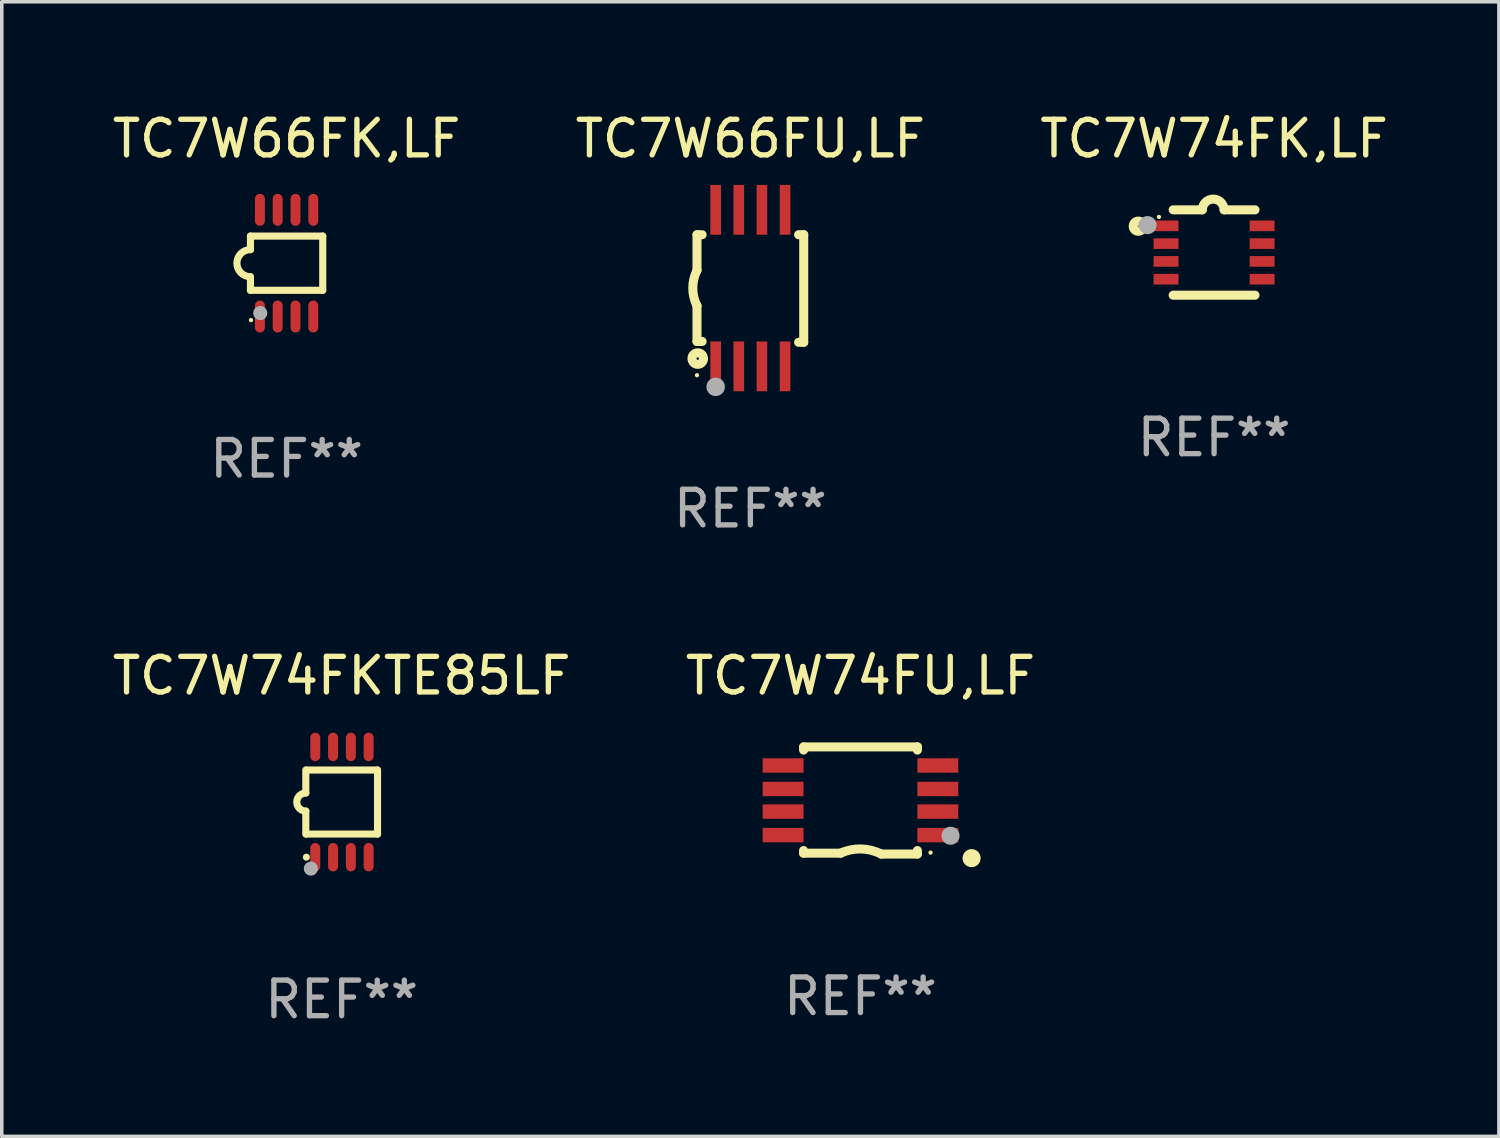
<source format=kicad_pcb>
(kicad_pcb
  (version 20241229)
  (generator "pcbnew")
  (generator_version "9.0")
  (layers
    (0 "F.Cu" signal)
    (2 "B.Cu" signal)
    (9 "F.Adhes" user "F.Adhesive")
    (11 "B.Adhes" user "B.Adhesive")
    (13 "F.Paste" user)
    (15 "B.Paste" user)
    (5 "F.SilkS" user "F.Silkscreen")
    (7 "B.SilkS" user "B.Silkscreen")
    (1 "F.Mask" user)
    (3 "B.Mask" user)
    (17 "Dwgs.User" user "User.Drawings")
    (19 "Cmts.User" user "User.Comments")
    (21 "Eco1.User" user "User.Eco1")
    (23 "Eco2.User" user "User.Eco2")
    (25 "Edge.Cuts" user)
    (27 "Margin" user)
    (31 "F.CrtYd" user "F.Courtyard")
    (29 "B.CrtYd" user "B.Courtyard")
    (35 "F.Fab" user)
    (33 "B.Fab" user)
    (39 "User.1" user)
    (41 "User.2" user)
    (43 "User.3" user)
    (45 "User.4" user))
  (footprint "TC7W74FU,LF"
    (layer "F.Cu")
    (at 21.137 19.451)
    (property "Reference" "TC7W74FU,LF" (at 0 -3.506 0) (layer "F.SilkS") (effects (font (size 1 1) (thickness 0.15))))
    (attr through_hole)
    (fp_line (start -1.599 -1.417) (end -1.599 -1.506) (stroke (width 0.254) (type solid)) (layer "F.SilkS"))
    (fp_line (start -1.599 1.481) (end -1.599 1.407) (stroke (width 0.254) (type solid)) (layer "F.SilkS"))
    (fp_line (start -1.599 1.481) (end -0.549 1.481) (stroke (width 0.254) (type solid)) (layer "F.SilkS"))
    (fp_line (start 1.6 -1.417) (end 1.6 -1.506) (stroke (width 0.254) (type solid)) (layer "F.SilkS"))
    (fp_line (start 1.6 1.506) (end 0.584 1.506) (stroke (width 0.254) (type solid)) (layer "F.SilkS"))
    (fp_line (start 1.6 1.506) (end 1.6 1.407) (stroke (width 0.254) (type solid)) (layer "F.SilkS"))
    (fp_line (start 1.603 -1.506) (end -1.595 -1.506) (stroke (width 0.254) (type solid)) (layer "F.SilkS"))
    (fp_arc (start -0.558928 1.480823) (mid 0.015482 1.362634) (end 0.584074 1.506223) (stroke (width 0.254001) (type solid)) (layer "F.SilkS"))
    (fp_circle (center 1.97 1.465) (end 2 1.465) (stroke (width 0.06) (type solid)) (fill no) (layer "F.SilkS"))
    (fp_circle (center 3.124 1.621) (end 3.251 1.621) (stroke (width 0.254) (type solid)) (fill no) (layer "F.SilkS"))
    (fp_circle (center 2.532 0.992) (end 2.659 0.992) (stroke (width 0.254) (type solid)) (fill no) (layer "F.Fab"))
    (fp_text user "REF**" (at 0 5.506 0) (layer "F.Fab") (effects (font (size 1 1) (thickness 0.15))))
    (pad "1" smd rect (at 2.175 0.973 180) (size 1.15 0.406) (layers "F.Cu" "F.Mask" "F.Paste"))
    (pad "2" smd rect (at 2.175 0.312 180) (size 1.15 0.406) (layers "F.Cu" "F.Mask" "F.Paste"))
    (pad "3" smd rect (at 2.175 -0.323 180) (size 1.15 0.406) (layers "F.Cu" "F.Mask" "F.Paste"))
    (pad "4" smd rect (at 2.175 -0.983 180) (size 1.15 0.406) (layers "F.Cu" "F.Mask" "F.Paste"))
    (pad "5" smd rect (at -2.175 -0.983 180) (size 1.15 0.406) (layers "F.Cu" "F.Mask" "F.Paste"))
    (pad "6" smd rect (at -2.175 -0.323 180) (size 1.15 0.406) (layers "F.Cu" "F.Mask" "F.Paste"))
    (pad "7" smd rect (at -2.175 0.312 180) (size 1.15 0.406) (layers "F.Cu" "F.Mask" "F.Paste"))
    (pad "8" smd rect (at -2.175 0.973 180) (size 1.15 0.406) (layers "F.Cu" "F.Mask" "F.Paste")))
  (footprint "TC7W66FU,LF"
    (layer "F.Cu")
    (at 18.042 5.048)
    (property "Reference" "TC7W66FU,LF" (at 0 -4.2 0) (layer "F.SilkS") (effects (font (size 1 1) (thickness 0.15))))
    (attr through_hole)
    (fp_line (start -1.5 -1.5) (end -1.5 -0.5) (stroke (width 0.254) (type solid)) (layer "F.SilkS"))
    (fp_line (start -1.5 -1.5) (end -1.356 -1.5) (stroke (width 0.254) (type solid)) (layer "F.SilkS"))
    (fp_line (start -1.5 1.5) (end -1.5 0.5) (stroke (width 0.254) (type solid)) (layer "F.SilkS"))
    (fp_line (start -1.5 1.5) (end -1.356 1.5) (stroke (width 0.254) (type solid)) (layer "F.SilkS"))
    (fp_line (start 1.356 -1.5) (end 1.5 -1.5) (stroke (width 0.254) (type solid)) (layer "F.SilkS"))
    (fp_line (start 1.5 -1.5) (end 1.5 1.524) (stroke (width 0.254) (type solid)) (layer "F.SilkS"))
    (fp_line (start 1.5 1.524) (end 1.356 1.524) (stroke (width 0.254) (type solid)) (layer "F.SilkS"))
    (fp_arc (start -1.500203 0.499137) (mid -1.618067 -0.000468) (end -1.5 -0.500025) (stroke (width 0.254001) (type solid)) (layer "F.SilkS"))
    (fp_circle (center -1.5 2.449) (end -1.47 2.449) (stroke (width 0.06) (type solid)) (fill no) (layer "F.SilkS"))
    (fp_circle (center -1.479 1.981) (end -1.444 1.981) (stroke (width 0.254) (type solid)) (fill no) (layer "F.SilkS"))
    (fp_circle (center -0.975 2.776) (end -0.845 2.776) (stroke (width 0.26) (type solid)) (fill no) (layer "F.Fab"))
    (fp_text user "REF**" (at 0 6.2 0) (layer "F.Fab") (effects (font (size 1 1) (thickness 0.15))))
    (pad "1" smd rect (at -0.975 2.2) (size 0.3 1.4) (layers "F.Cu" "F.Mask" "F.Paste"))
    (pad "2" smd rect (at -0.325 2.2) (size 0.3 1.4) (layers "F.Cu" "F.Mask" "F.Paste"))
    (pad "3" smd rect (at 0.325 2.2) (size 0.3 1.4) (layers "F.Cu" "F.Mask" "F.Paste"))
    (pad "4" smd rect (at 0.975 2.2) (size 0.3 1.4) (layers "F.Cu" "F.Mask" "F.Paste"))
    (pad "5" smd rect (at 0.975 -2.2) (size 0.3 1.4) (layers "F.Cu" "F.Mask" "F.Paste"))
    (pad "6" smd rect (at 0.325 -2.2) (size 0.3 1.4) (layers "F.Cu" "F.Mask" "F.Paste"))
    (pad "7" smd rect (at -0.325 -2.2) (size 0.3 1.4) (layers "F.Cu" "F.Mask" "F.Paste"))
    (pad "8" smd rect (at -0.975 -2.2) (size 0.3 1.4) (layers "F.Cu" "F.Mask" "F.Paste")))
  (footprint "TC7W74FKTE85LF"
    (layer "F.Cu")
    (at 6.554 19.495)
    (property "Reference" "TC7W74FKTE85LF" (at 0 -3.55 0) (layer "F.SilkS") (effects (font (size 1 1) (thickness 0.15))))
    (attr through_hole)
    (fp_line (start -1.008 -0.254) (end -1.008 -0.9) (stroke (width 0.2) (type solid)) (layer "F.SilkS"))
    (fp_line (start -1.008 0.254) (end -1.008 0.9) (stroke (width 0.2) (type solid)) (layer "F.SilkS"))
    (fp_line (start -0.992 0.9) (end 1.008 0.9) (stroke (width 0.2) (type solid)) (layer "F.SilkS"))
    (fp_line (start 1.008 -0.9) (end -0.992 -0.9) (stroke (width 0.2) (type solid)) (layer "F.SilkS"))
    (fp_line (start 1.008 0.9) (end 1.008 -0.9) (stroke (width 0.2) (type solid)) (layer "F.SilkS"))
    (fp_arc (start -1.008001 0.254001) (mid -1.262002 0) (end -1.008001 -0.254001) (stroke (width 0.2) (type solid)) (layer "F.SilkS"))
    (fp_circle (center -0.992 1.55) (end -0.942 1.55) (stroke (width 0.1) (type solid)) (fill no) (layer "F.SilkS"))
    (fp_circle (center -0.866 1.87) (end -0.766 1.87) (stroke (width 0.2) (type solid)) (fill no) (layer "F.Fab"))
    (fp_text user "REF**" (at 0 5.55 0) (layer "F.Fab") (effects (font (size 1 1) (thickness 0.15))))
    (pad "1" smd oval (at -0.742 1.55 270) (size 0.8 0.28) (layers "F.Cu" "F.Mask" "F.Paste"))
    (pad "2" smd oval (at -0.242 1.55 270) (size 0.8 0.28) (layers "F.Cu" "F.Mask" "F.Paste"))
    (pad "3" smd oval (at 0.258 1.55 270) (size 0.8 0.28) (layers "F.Cu" "F.Mask" "F.Paste"))
    (pad "4" smd oval (at 0.758 1.55 270) (size 0.8 0.28) (layers "F.Cu" "F.Mask" "F.Paste"))
    (pad "5" smd oval (at 0.758 -1.55 270) (size 0.8 0.28) (layers "F.Cu" "F.Mask" "F.Paste"))
    (pad "6" smd oval (at 0.258 -1.55 270) (size 0.8 0.28) (layers "F.Cu" "F.Mask" "F.Paste"))
    (pad "7" smd oval (at -0.242 -1.55 270) (size 0.8 0.28) (layers "F.Cu" "F.Mask" "F.Paste"))
    (pad "8" smd oval (at -0.742 -1.55 270) (size 0.8 0.28) (layers "F.Cu" "F.Mask" "F.Paste")))
  (footprint "TC7W66FK,LF"
    (layer "F.Cu")
    (at 5.006 4.348)
    (property "Reference" "TC7W66FK,LF" (at 0 -3.5 0) (layer "F.SilkS") (effects (font (size 1 1) (thickness 0.15))))
    (attr through_hole)
    (fp_line (start -1.016 -0.762) (end 1.016 -0.762) (stroke (width 0.2) (type solid)) (layer "F.SilkS"))
    (fp_line (start -1.016 -0.381) (end -1.016 -0.762) (stroke (width 0.2) (type solid)) (layer "F.SilkS"))
    (fp_line (start -1.016 0.762) (end -1.016 0.381) (stroke (width 0.2) (type solid)) (layer "F.SilkS"))
    (fp_line (start 1.016 -0.762) (end 1.016 0.762) (stroke (width 0.2) (type solid)) (layer "F.SilkS"))
    (fp_line (start 1.016 0.762) (end -1.016 0.762) (stroke (width 0.2) (type solid)) (layer "F.SilkS"))
    (fp_arc (start -1.016002 0.381001) (mid -1.396698 -0.000025) (end -1.016002 -0.381051) (stroke (width 0.2) (type solid)) (layer "F.SilkS"))
    (fp_circle (center -1 1.6) (end -0.97 1.6) (stroke (width 0.06) (type solid)) (fill no) (layer "F.SilkS"))
    (fp_circle (center -0.74 1.402) (end -0.64 1.402) (stroke (width 0.2) (type solid)) (fill no) (layer "F.Fab"))
    (fp_text user "REF**" (at 0 5.5 0) (layer "F.Fab") (effects (font (size 1 1) (thickness 0.15))))
    (pad "1" smd oval (at -0.75 1.5) (size 0.28 0.9) (layers "F.Cu" "F.Mask" "F.Paste"))
    (pad "2" smd oval (at -0.25 1.5) (size 0.28 0.9) (layers "F.Cu" "F.Mask" "F.Paste"))
    (pad "3" smd oval (at 0.25 1.5) (size 0.28 0.9) (layers "F.Cu" "F.Mask" "F.Paste"))
    (pad "4" smd oval (at 0.75 1.5) (size 0.28 0.9) (layers "F.Cu" "F.Mask" "F.Paste"))
    (pad "5" smd oval (at 0.75 -1.5) (size 0.28 0.9) (layers "F.Cu" "F.Mask" "F.Paste"))
    (pad "6" smd oval (at 0.25 -1.5) (size 0.28 0.9) (layers "F.Cu" "F.Mask" "F.Paste"))
    (pad "7" smd oval (at -0.25 -1.5) (size 0.28 0.9) (layers "F.Cu" "F.Mask" "F.Paste"))
    (pad "8" smd oval (at -0.75 -1.5) (size 0.28 0.9) (layers "F.Cu" "F.Mask" "F.Paste")))
  (footprint "TC7W74FK,LF"
    (layer "F.Cu")
    (at 31.077 4.048)
    (property "Reference" "TC7W74FK,LF" (at 0 -3.2 0) (layer "F.SilkS") (effects (font (size 1 1) (thickness 0.15))))
    (attr through_hole)
    (fp_line (start -1.15 -1.2) (end -0.333 -1.2) (stroke (width 0.254) (type solid)) (layer "F.SilkS"))
    (fp_line (start 1.15 -1.2) (end 0.282 -1.2) (stroke (width 0.254) (type solid)) (layer "F.SilkS"))
    (fp_line (start 1.15 1.2) (end -1.15 1.2) (stroke (width 0.254) (type solid)) (layer "F.SilkS"))
    (fp_arc (start -0.332741 -1.198882) (mid -0.025704 -1.506478) (end 0.282449 -1.2) (stroke (width 0.254001) (type solid)) (layer "F.SilkS"))
    (fp_circle (center -2.13 -0.74) (end -1.987 -0.74) (stroke (width 0.254) (type solid)) (fill no) (layer "F.SilkS"))
    (fp_circle (center -1.55 -1) (end -1.52 -1) (stroke (width 0.06) (type solid)) (fill no) (layer "F.SilkS"))
    (fp_circle (center -1.87 -0.77) (end -1.743 -0.77) (stroke (width 0.254) (type solid)) (fill no) (layer "F.Fab"))
    (fp_text user "REF**" (at 0 5.2 0) (layer "F.Fab") (effects (font (size 1 1) (thickness 0.15))))
    (pad "1" smd rect (at -1.35 -0.75) (size 0.7 0.3) (layers "F.Cu" "F.Mask" "F.Paste"))
    (pad "2" smd rect (at -1.35 -0.25) (size 0.7 0.3) (layers "F.Cu" "F.Mask" "F.Paste"))
    (pad "3" smd rect (at -1.35 0.25) (size 0.7 0.3) (layers "F.Cu" "F.Mask" "F.Paste"))
    (pad "4" smd rect (at -1.35 0.75) (size 0.7 0.3) (layers "F.Cu" "F.Mask" "F.Paste"))
    (pad "5" smd rect (at 1.35 0.75) (size 0.7 0.3) (layers "F.Cu" "F.Mask" "F.Paste"))
    (pad "6" smd rect (at 1.35 0.25) (size 0.7 0.3) (layers "F.Cu" "F.Mask" "F.Paste"))
    (pad "7" smd rect (at 1.35 -0.25) (size 0.7 0.3) (layers "F.Cu" "F.Mask" "F.Paste"))
    (pad "8" smd rect (at 1.35 -0.75) (size 0.7 0.3) (layers "F.Cu" "F.Mask" "F.Paste")))
  (gr_rect
    (start -3 -3)
    (end 39.083 28.893)
    (stroke (width 0.1) (type default))
    (fill no)
    (layer "Edge.Cuts")))
</source>
